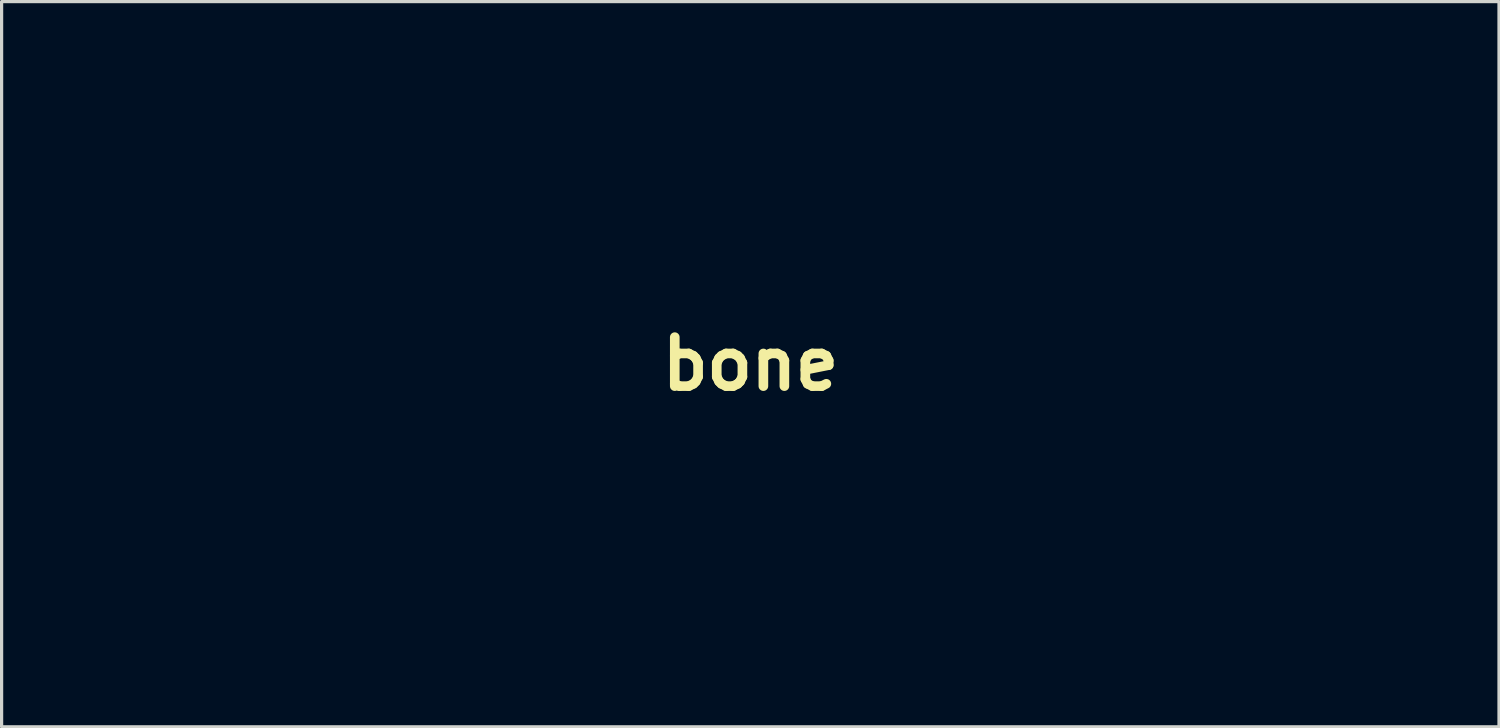
<source format=kicad_pcb>
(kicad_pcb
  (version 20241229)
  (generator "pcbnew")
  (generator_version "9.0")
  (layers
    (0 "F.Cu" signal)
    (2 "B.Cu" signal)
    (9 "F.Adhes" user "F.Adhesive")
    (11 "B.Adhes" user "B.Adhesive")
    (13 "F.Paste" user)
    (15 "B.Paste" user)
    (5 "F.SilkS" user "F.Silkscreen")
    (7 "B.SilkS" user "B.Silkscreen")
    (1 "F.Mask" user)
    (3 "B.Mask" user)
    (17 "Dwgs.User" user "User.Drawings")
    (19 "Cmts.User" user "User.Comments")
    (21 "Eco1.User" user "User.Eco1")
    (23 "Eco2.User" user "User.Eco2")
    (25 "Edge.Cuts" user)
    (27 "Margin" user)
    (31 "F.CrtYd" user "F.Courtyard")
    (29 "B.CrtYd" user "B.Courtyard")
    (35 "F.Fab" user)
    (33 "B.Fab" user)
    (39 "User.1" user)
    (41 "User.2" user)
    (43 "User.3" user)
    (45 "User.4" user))
  (footprint "bone"
    (layer "F.Cu")
    (at 20.31 8.278)
    (property "Reference" "bone" (at 0 0 0) (layer "F.SilkS") (effects (font (size 1.524 1.524) (thickness 0.3))))
    (attr through_hole)
    (fp_poly (pts (xy 16.897 -8.196) (xy 16.948 -8.182) (xy 17.437 -7.962) (xy 17.902 -7.61) (xy 18.303 -7.162) (xy 18.54 -6.777) (xy 18.763 -6.221) (xy 18.927 -5.583) (xy 19.022 -4.919) (xy 19.042 -4.283) (xy 18.978 -3.731) (xy 18.973 -3.707) (xy 18.939 -3.472) (xy 18.983 -3.332) (xy 19.032 -3.283) (xy 19.207 -3.091) (xy 19.422 -2.786) (xy 19.651 -2.411) (xy 19.868 -2.01) (xy 20.048 -1.626) (xy 20.149 -1.361) (xy 20.29 -0.68) (xy 20.286 0.000202) (xy 20.148 0.654) (xy 19.887 1.256) (xy 19.511 1.782) (xy 19.033 2.207) (xy 18.583 2.456) (xy 18.03 2.635) (xy 17.402 2.746) (xy 16.784 2.775) (xy 16.551 2.761) (xy 16.223 2.716) (xy 15.893 2.642) (xy 15.531 2.529) (xy 15.105 2.366) (xy 14.585 2.144) (xy 14.082 1.916) (xy 13.628 1.714) (xy 13.162 1.516) (xy 12.738 1.347) (xy 12.421 1.231) (xy 12.249 1.172) (xy 12.092 1.12) (xy 11.941 1.075) (xy 11.786 1.038) (xy 11.618 1.011) (xy 11.427 0.993) (xy 11.205 0.987) (xy 10.941 0.992) (xy 10.627 1.01) (xy 10.253 1.042) (xy 9.809 1.089) (xy 9.287 1.152) (xy 8.676 1.232) (xy 7.969 1.329) (xy 7.154 1.445) (xy 6.223 1.58) (xy 5.166 1.736) (xy 3.975 1.913) (xy 2.639 2.113) (xy 1.149 2.336) (xy 0.39 2.45) (xy -0.909 2.644) (xy -2.162 2.833) (xy -3.361 3.013) (xy -4.493 3.183) (xy -5.55 3.343) (xy -6.521 3.489) (xy -7.395 3.622) (xy -8.161 3.738) (xy -8.811 3.837) (xy -9.332 3.918) (xy -9.715 3.977) (xy -9.95 4.015) (xy -10.024 4.028) (xy -10.332 4.172) (xy -10.71 4.468) (xy -11.157 4.911) (xy -11.67 5.5) (xy -11.797 5.656) (xy -12.308 6.271) (xy -12.753 6.762) (xy -13.153 7.15) (xy -13.529 7.456) (xy -13.904 7.7) (xy -14.027 7.768) (xy -14.654 8.036) (xy -15.326 8.212) (xy -16 8.287) (xy -16.627 8.256) (xy -16.993 8.175) (xy -17.532 7.921) (xy -18.016 7.524) (xy -18.422 7.009) (xy -18.73 6.399) (xy -18.805 6.184) (xy -18.9 5.792) (xy -18.974 5.323) (xy -19.021 4.825) (xy -19.039 4.35) (xy -19.024 3.949) (xy -18.984 3.71) (xy -18.939 3.488) (xy -18.972 3.349) (xy -19.063 3.248) (xy -19.246 3.036) (xy -19.466 2.713) (xy -19.697 2.324) (xy -19.913 1.915) (xy -20.087 1.532) (xy -20.154 1.355) (xy -20.259 0.99) (xy -20.305 0.659) (xy -20.303 0.295) (xy -19.634 0.295) (xy -19.627 0.551) (xy -19.506 1.176) (xy -19.222 1.829) (xy -18.779 2.505) (xy -18.333 3.034) (xy -18.048 3.35) (xy -17.863 3.577) (xy -17.756 3.749) (xy -17.709 3.897) (xy -17.699 4.043) (xy -17.735 4.336) (xy -17.815 4.606) (xy -17.819 4.614) (xy -17.936 4.868) (xy -17.942 4.597) (xy -17.984 4.303) (xy -18.078 4.06) (xy -18.202 3.916) (xy -18.27 3.895) (xy -18.334 3.972) (xy -18.368 4.18) (xy -18.375 4.485) (xy -18.356 4.851) (xy -18.315 5.243) (xy -18.253 5.625) (xy -18.174 5.964) (xy -18.119 6.128) (xy -17.861 6.637) (xy -17.516 7.07) (xy -17.119 7.387) (xy -16.976 7.462) (xy -16.593 7.572) (xy -16.114 7.615) (xy -15.598 7.59) (xy -15.103 7.497) (xy -15.065 7.486) (xy -14.65 7.344) (xy -14.273 7.165) (xy -13.912 6.929) (xy -13.544 6.618) (xy -13.146 6.214) (xy -12.695 5.698) (xy -12.352 5.279) (xy -11.881 4.714) (xy -11.48 4.274) (xy -11.125 3.938) (xy -10.798 3.687) (xy -10.507 3.516) (xy -10.382 3.479) (xy -10.107 3.422) (xy -9.68 3.344) (xy -9.1 3.244) (xy -8.365 3.123) (xy -7.474 2.98) (xy -6.424 2.815) (xy -5.214 2.627) (xy -3.843 2.416) (xy -2.308 2.183) (xy -0.607 1.926) (xy 0.203 1.804) (xy 1.741 1.573) (xy 3.12 1.367) (xy 4.35 1.182) (xy 5.441 1.02) (xy 6.402 0.878) (xy 7.241 0.754) (xy 7.969 0.649) (xy 8.594 0.56) (xy 9.126 0.487) (xy 9.574 0.427) (xy 9.948 0.381) (xy 10.256 0.346) (xy 10.508 0.321) (xy 10.713 0.306) (xy 10.88 0.299) (xy 11.019 0.298) (xy 11.14 0.303) (xy 11.25 0.313) (xy 11.345 0.323) (xy 11.746 0.38) (xy 12.13 0.46) (xy 12.531 0.574) (xy 12.979 0.731) (xy 13.506 0.942) (xy 14.142 1.218) (xy 14.354 1.312) (xy 14.985 1.59) (xy 15.494 1.798) (xy 15.91 1.946) (xy 16.262 2.042) (xy 16.579 2.092) (xy 16.89 2.106) (xy 17.189 2.094) (xy 17.893 1.978) (xy 18.489 1.738) (xy 18.97 1.382) (xy 19.327 0.917) (xy 19.553 0.351) (xy 19.642 -0.309) (xy 19.643 -0.393) (xy 19.567 -0.963) (xy 19.347 -1.582) (xy 18.991 -2.227) (xy 18.949 -2.29) (xy 18.605 -2.805) (xy 18.366 -2.576) (xy 18.049 -2.374) (xy 17.683 -2.276) (xy 17.429 -2.243) (xy 17.254 -2.231) (xy 17.208 -2.237) (xy 17.257 -2.291) (xy 17.414 -2.396) (xy 17.537 -2.467) (xy 17.761 -2.616) (xy 17.921 -2.799) (xy 18.061 -3.072) (xy 18.104 -3.175) (xy 18.294 -3.825) (xy 18.366 -4.521) (xy 18.325 -5.226) (xy 18.177 -5.9) (xy 17.927 -6.507) (xy 17.602 -6.981) (xy 17.217 -7.324) (xy 16.768 -7.531) (xy 16.225 -7.614) (xy 16.087 -7.617) (xy 15.44 -7.574) (xy 14.844 -7.433) (xy 14.273 -7.183) (xy 13.704 -6.809) (xy 13.11 -6.301) (xy 12.7 -5.892) (xy 12.123 -5.293) (xy 11.647 -4.804) (xy 11.26 -4.415) (xy 10.946 -4.11) (xy 10.693 -3.879) (xy 10.486 -3.707) (xy 10.313 -3.582) (xy 10.158 -3.492) (xy 10.114 -3.47) (xy 10.029 -3.436) (xy 9.9 -3.397) (xy 9.72 -3.353) (xy 9.48 -3.302) (xy 9.171 -3.242) (xy 8.784 -3.172) (xy 8.312 -3.091) (xy 7.746 -2.997) (xy 7.076 -2.889) (xy 6.296 -2.765) (xy 5.395 -2.624) (xy 4.366 -2.465) (xy 3.2 -2.286) (xy 1.889 -2.085) (xy 0.423 -1.862) (xy -0.505 -1.721) (xy -1.808 -1.524) (xy -3.072 -1.334) (xy -4.284 -1.153) (xy -5.435 -0.983) (xy -6.513 -0.824) (xy -7.508 -0.679) (xy -8.409 -0.548) (xy -9.205 -0.435) (xy -9.885 -0.34) (xy -10.439 -0.264) (xy -10.855 -0.21) (xy -11.123 -0.179) (xy -11.22 -0.171) (xy -11.661 -0.2) (xy -12.136 -0.293) (xy -12.67 -0.458) (xy -13.285 -0.704) (xy -14.003 -1.037) (xy -14.385 -1.228) (xy -14.996 -1.532) (xy -15.488 -1.761) (xy -15.89 -1.924) (xy -16.232 -2.031) (xy -16.542 -2.09) (xy -16.849 -2.11) (xy -17.183 -2.1) (xy -17.212 -2.098) (xy -17.905 -1.982) (xy -18.494 -1.739) (xy -18.971 -1.38) (xy -19.326 -0.914) (xy -19.55 -0.353) (xy -19.634 0.295) (xy -20.303 0.295) (xy -20.303 0.272) (xy -20.296 0.157) (xy -20.171 -0.573) (xy -19.91 -1.214) (xy -19.523 -1.759) (xy -19.025 -2.198) (xy -18.427 -2.521) (xy -17.743 -2.718) (xy -16.986 -2.782) (xy -16.363 -2.733) (xy -16.109 -2.69) (xy -15.862 -2.627) (xy -15.593 -2.535) (xy -15.273 -2.401) (xy -14.871 -2.214) (xy -14.358 -1.962) (xy -14.182 -1.874) (xy -13.52 -1.547) (xy -12.979 -1.295) (xy -12.535 -1.109) (xy -12.161 -0.98) (xy -11.832 -0.899) (xy -11.523 -0.858) (xy -11.223 -0.847) (xy -11.074 -0.859) (xy -10.769 -0.896) (xy -10.318 -0.955) (xy -9.732 -1.035) (xy -9.023 -1.134) (xy -8.201 -1.251) (xy -7.277 -1.384) (xy -6.262 -1.531) (xy -5.167 -1.692) (xy -4.003 -1.864) (xy -2.781 -2.046) (xy -1.512 -2.237) (xy -0.634 -2.369) (xy 0.968 -2.612) (xy 2.41 -2.831) (xy 3.698 -3.028) (xy 4.841 -3.205) (xy 5.845 -3.361) (xy 6.717 -3.499) (xy 7.466 -3.62) (xy 8.097 -3.724) (xy 8.619 -3.814) (xy 9.038 -3.889) (xy 9.362 -3.952) (xy 9.598 -4.003) (xy 9.753 -4.045) (xy 9.821 -4.069) (xy 10.098 -4.246) (xy 10.46 -4.556) (xy 10.899 -4.992) (xy 11.007 -5.106) (xy 11.63 -5.766) (xy 12.161 -6.311) (xy 12.614 -6.756) (xy 13.006 -7.112) (xy 13.355 -7.395) (xy 13.677 -7.618) (xy 13.989 -7.794) (xy 14.307 -7.937) (xy 14.586 -8.04) (xy 15.168 -8.191) (xy 15.787 -8.27) (xy 16.382 -8.273) (xy 16.897 -8.196)) (stroke (width 0.01) (type solid)) (fill no) (layer "Eco2.User")))
  (gr_rect
    (start -3 -3)
    (end 43.604 19.57)
    (stroke (width 0.1) (type default))
    (fill no)
    (layer "Edge.Cuts")))
</source>
